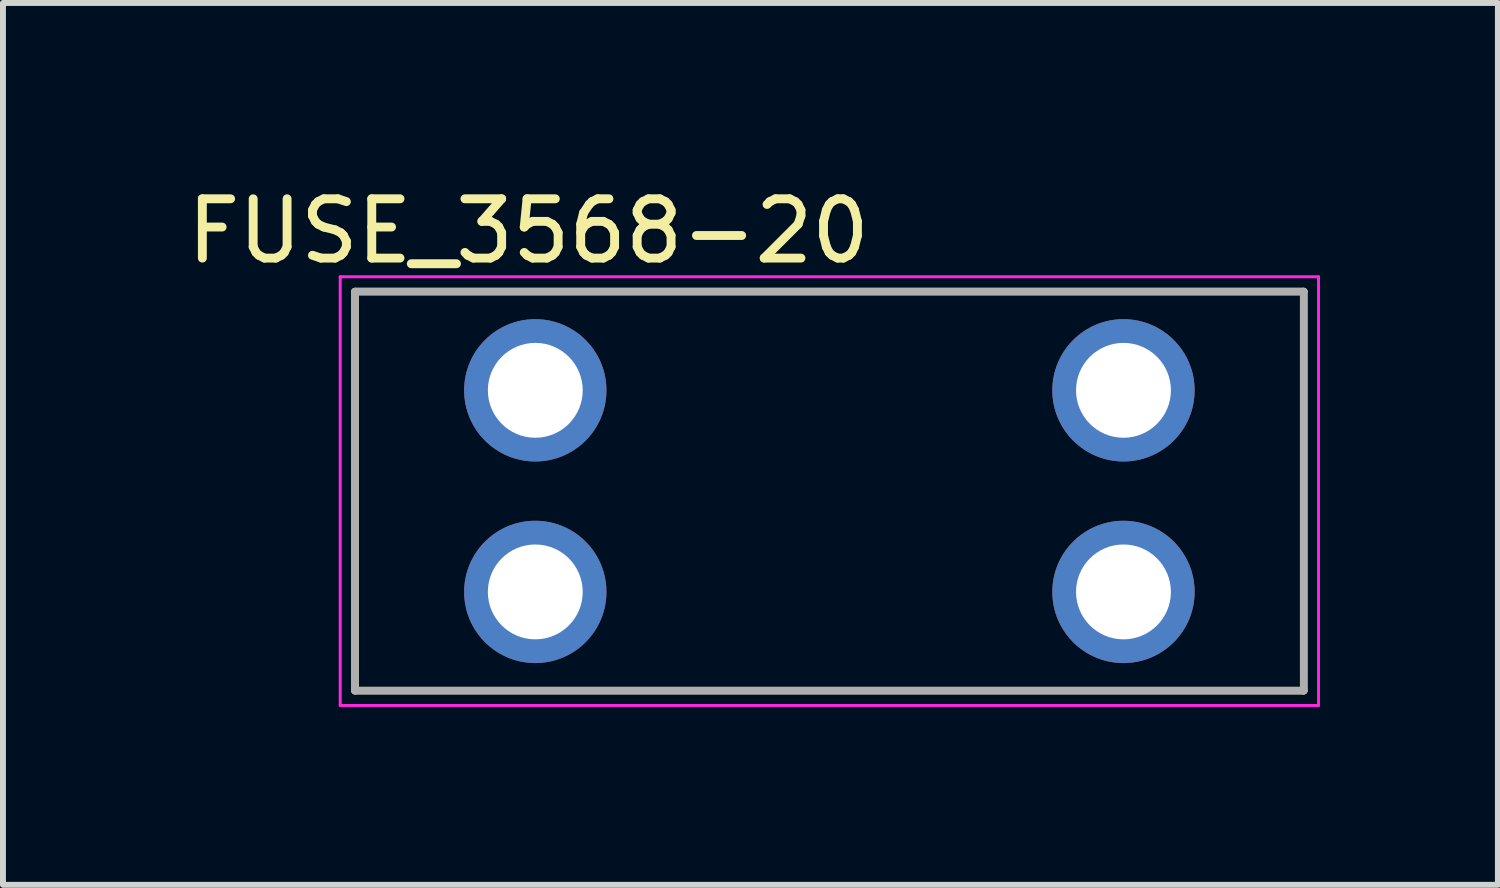
<source format=kicad_pcb>
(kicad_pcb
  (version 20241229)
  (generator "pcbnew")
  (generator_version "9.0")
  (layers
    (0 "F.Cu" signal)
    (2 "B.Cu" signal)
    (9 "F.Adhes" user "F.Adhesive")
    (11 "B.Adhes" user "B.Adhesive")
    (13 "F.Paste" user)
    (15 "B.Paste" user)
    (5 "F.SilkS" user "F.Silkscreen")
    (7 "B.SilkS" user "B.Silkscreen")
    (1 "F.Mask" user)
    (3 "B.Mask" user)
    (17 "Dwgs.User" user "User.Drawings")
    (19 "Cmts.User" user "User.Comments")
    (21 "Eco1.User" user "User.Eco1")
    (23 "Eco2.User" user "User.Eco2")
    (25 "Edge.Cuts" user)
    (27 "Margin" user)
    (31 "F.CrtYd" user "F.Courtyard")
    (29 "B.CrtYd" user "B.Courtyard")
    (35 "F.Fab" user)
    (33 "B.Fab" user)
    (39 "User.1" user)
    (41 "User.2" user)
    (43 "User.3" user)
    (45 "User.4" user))
  (footprint "FUSE_3568-20"
    (layer "F.Cu")
    (at 10.938 5.233)
    (property "Reference" "FUSE_3568-20" (at -5.075 -4.385 0) (layer "F.SilkS") (effects (font (size 1 1) (thickness 0.15))))
    (attr through_hole)
    (fp_line (start -8 -3.365) (end 8 -3.365) (stroke (width 0.127) (type solid)) (layer "F.SilkS"))
    (fp_line (start -8 3.365) (end -8 -3.365) (stroke (width 0.127) (type solid)) (layer "F.SilkS"))
    (fp_line (start 8 -3.365) (end 8 3.365) (stroke (width 0.127) (type solid)) (layer "F.SilkS"))
    (fp_line (start 8 3.365) (end -8 3.365) (stroke (width 0.127) (type solid)) (layer "F.SilkS"))
    (fp_line (start -8.25 -3.615) (end 8.25 -3.615) (stroke (width 0.05) (type solid)) (layer "F.CrtYd"))
    (fp_line (start -8.25 3.615) (end -8.25 -3.615) (stroke (width 0.05) (type solid)) (layer "F.CrtYd"))
    (fp_line (start 8.25 -3.615) (end 8.25 3.615) (stroke (width 0.05) (type solid)) (layer "F.CrtYd"))
    (fp_line (start 8.25 3.615) (end -8.25 3.615) (stroke (width 0.05) (type solid)) (layer "F.CrtYd"))
    (fp_line (start -8 -3.365) (end 8 -3.365) (stroke (width 0.127) (type solid)) (layer "F.Fab"))
    (fp_line (start -8 3.365) (end -8 -3.365) (stroke (width 0.127) (type solid)) (layer "F.Fab"))
    (fp_line (start 8 -3.365) (end 8 3.365) (stroke (width 0.127) (type solid)) (layer "F.Fab"))
    (fp_line (start 8 3.365) (end -8 3.365) (stroke (width 0.127) (type solid)) (layer "F.Fab"))
    (pad "1" thru_hole circle (at -4.96 -1.7) (size 2.4 2.4) (drill 1.6) (layers "*.Cu" "*.Mask"))
    (pad "2" thru_hole circle (at 4.96 -1.7) (size 2.4 2.4) (drill 1.6) (layers "*.Cu" "*.Mask"))
    (pad "3" thru_hole circle (at -4.96 1.7) (size 2.4 2.4) (drill 1.6) (layers "*.Cu" "*.Mask"))
    (pad "4" thru_hole circle (at 4.96 1.7) (size 2.4 2.4) (drill 1.6) (layers "*.Cu" "*.Mask")))
  (gr_rect
    (start -3 -3)
    (end 22.213 11.873)
    (stroke (width 0.1) (type default))
    (fill no)
    (layer "Edge.Cuts")))
</source>
